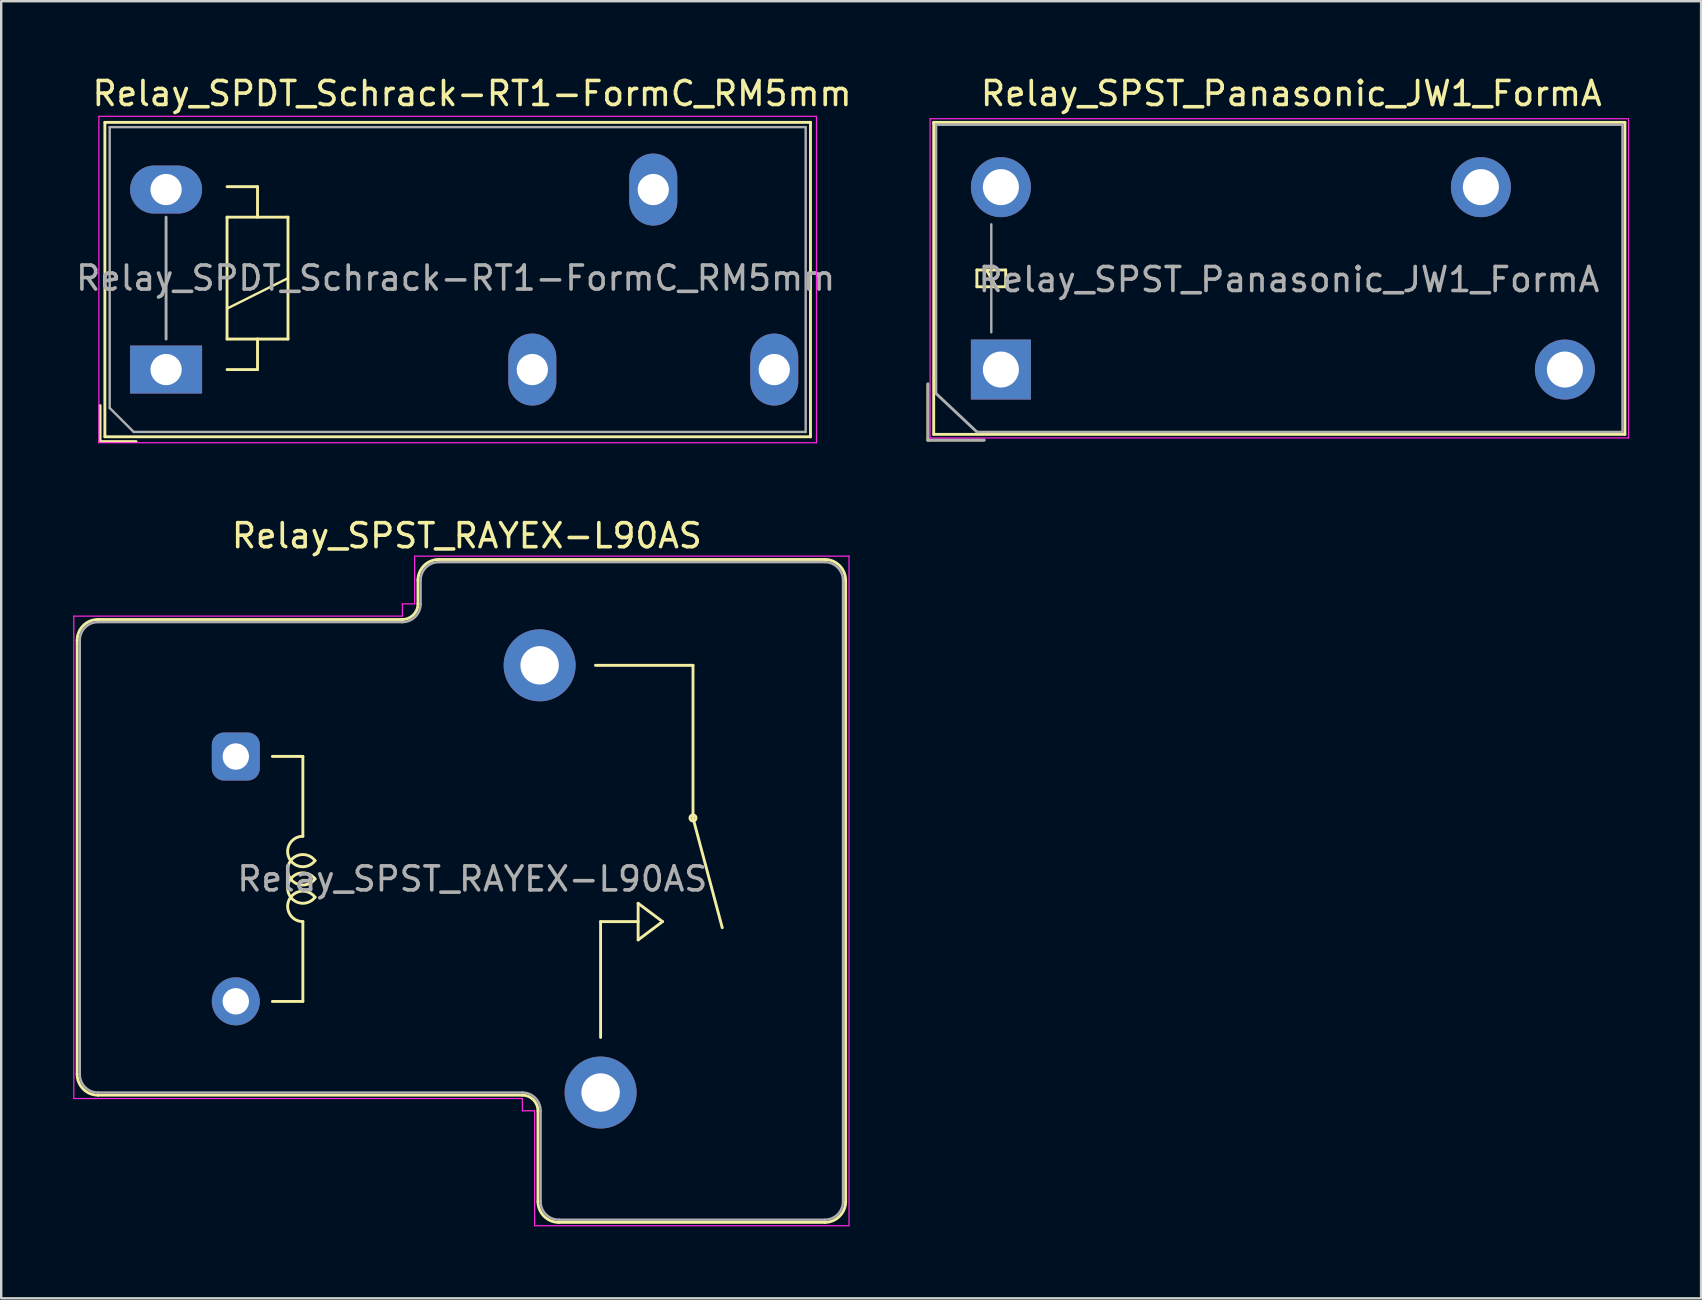
<source format=kicad_pcb>
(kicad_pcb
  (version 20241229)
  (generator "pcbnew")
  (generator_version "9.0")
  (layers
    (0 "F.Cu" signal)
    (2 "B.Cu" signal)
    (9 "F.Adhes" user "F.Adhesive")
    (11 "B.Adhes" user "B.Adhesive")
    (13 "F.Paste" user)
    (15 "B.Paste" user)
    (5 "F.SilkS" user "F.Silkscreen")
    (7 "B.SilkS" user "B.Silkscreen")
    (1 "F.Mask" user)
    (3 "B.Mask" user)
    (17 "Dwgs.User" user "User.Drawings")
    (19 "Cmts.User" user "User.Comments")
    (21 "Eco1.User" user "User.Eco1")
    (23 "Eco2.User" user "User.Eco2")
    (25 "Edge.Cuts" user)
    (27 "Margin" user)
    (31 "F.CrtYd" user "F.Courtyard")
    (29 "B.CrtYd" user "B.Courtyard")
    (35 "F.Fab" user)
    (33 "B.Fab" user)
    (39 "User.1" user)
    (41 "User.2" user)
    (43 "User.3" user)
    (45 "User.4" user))
  (footprint "Relay_SPDT_Schrack-RT1-FormC_RM5mm"
    (layer "F.Cu")
    (at 3.87 12.348)
    (property "Reference" "Relay_SPDT_Schrack-RT1-FormC_RM5mm" (at 12.75 -11.5 0) (layer "F.SilkS") (effects (font (size 1 1) (thickness 0.15))))
    (attr through_hole)
    (fp_line (start -2.75 1.5) (end -2.75 3) (stroke (width 0.12) (type solid)) (layer "F.SilkS"))
    (fp_line (start -2.75 3) (end -1.25 3) (stroke (width 0.12) (type solid)) (layer "F.SilkS"))
    (fp_line (start -2.55 -10.3) (end -2.55 2.8) (stroke (width 0.12) (type solid)) (layer "F.SilkS"))
    (fp_line (start -2.55 2.8) (end 26.85 2.8) (stroke (width 0.12) (type solid)) (layer "F.SilkS"))
    (fp_line (start 2.54 -6.35) (end 2.54 -1.27) (stroke (width 0.12) (type solid)) (layer "F.SilkS"))
    (fp_line (start 2.54 -2.54) (end 5.08 -3.81) (stroke (width 0.1) (type solid)) (layer "F.SilkS"))
    (fp_line (start 2.54 -1.27) (end 3.81 -1.27) (stroke (width 0.12) (type solid)) (layer "F.SilkS"))
    (fp_line (start 2.54 0) (end 3.81 0) (stroke (width 0.12) (type solid)) (layer "F.SilkS"))
    (fp_line (start 3.81 -7.62) (end 2.54 -7.62) (stroke (width 0.12) (type solid)) (layer "F.SilkS"))
    (fp_line (start 3.81 -6.35) (end 3.81 -7.62) (stroke (width 0.12) (type solid)) (layer "F.SilkS"))
    (fp_line (start 3.81 -1.27) (end 5.08 -1.27) (stroke (width 0.12) (type solid)) (layer "F.SilkS"))
    (fp_line (start 3.81 0) (end 3.81 -1.27) (stroke (width 0.12) (type solid)) (layer "F.SilkS"))
    (fp_line (start 5.08 -6.35) (end 2.54 -6.35) (stroke (width 0.12) (type solid)) (layer "F.SilkS"))
    (fp_line (start 5.08 -1.27) (end 5.08 -6.35) (stroke (width 0.12) (type solid)) (layer "F.SilkS"))
    (fp_line (start 26.85 -10.3) (end -2.55 -10.3) (stroke (width 0.12) (type solid)) (layer "F.SilkS"))
    (fp_line (start 26.85 2.8) (end 26.85 -10.3) (stroke (width 0.12) (type solid)) (layer "F.SilkS"))
    (fp_line (start -2.8 -10.55) (end -2.8 3.05) (stroke (width 0.05) (type solid)) (layer "F.CrtYd"))
    (fp_line (start -2.8 3.05) (end 27.1 3.05) (stroke (width 0.05) (type solid)) (layer "F.CrtYd"))
    (fp_line (start 27.1 -10.55) (end -2.8 -10.55) (stroke (width 0.05) (type solid)) (layer "F.CrtYd"))
    (fp_line (start 27.1 3.05) (end 27.1 -10.55) (stroke (width 0.05) (type solid)) (layer "F.CrtYd"))
    (fp_line (start -2.35 -10.1) (end -2.35 1.6) (stroke (width 0.1) (type solid)) (layer "F.Fab"))
    (fp_line (start -2.35 1.6) (end -1.35 2.6) (stroke (width 0.1) (type solid)) (layer "F.Fab"))
    (fp_line (start -1.35 2.6) (end 26.65 2.6) (stroke (width 0.1) (type solid)) (layer "F.Fab"))
    (fp_line (start 0 -1.27) (end 0 -6.35) (stroke (width 0.12) (type solid)) (layer "F.Fab"))
    (fp_line (start 26.65 -10.1) (end -2.35 -10.1) (stroke (width 0.1) (type solid)) (layer "F.Fab"))
    (fp_line (start 26.65 2.6) (end 26.65 -10.1) (stroke (width 0.1) (type solid)) (layer "F.Fab"))
    (fp_text user "${REFERENCE}" (at 12.065 -3.81 180) (layer "F.Fab") (effects (font (size 1 1) (thickness 0.15))))
    (pad "11" thru_hole oval (at 20.3 -7.5 180) (size 2 3) (drill 1.3) (layers "*.Cu" "*.Mask"))
    (pad "12" thru_hole oval (at 15.26 0 180) (size 2 3) (drill 1.3) (layers "*.Cu" "*.Mask"))
    (pad "14" thru_hole oval (at 25.34 0 180) (size 2 3) (drill 1.3) (layers "*.Cu" "*.Mask"))
    (pad "A1" thru_hole rect (at 0 0 180) (size 3 2) (drill 1.3) (layers "*.Cu" "*.Mask"))
    (pad "A2" thru_hole oval (at 0 -7.5 180) (size 3 2) (drill 1.3) (layers "*.Cu" "*.Mask")))
  (footprint "Relay_SPST_Panasonic_JW1_FormA"
    (layer "F.Cu")
    (at 38.654 12.348)
    (property "Reference" "Relay_SPST_Panasonic_JW1_FormA" (at 12.1 -11.5 180) (layer "F.SilkS") (effects (font (size 1 1) (thickness 0.15))))
    (attr through_hole)
    (fp_line (start -3.04 2.94) (end -3.04 0.6) (stroke (width 0.12) (type solid)) (layer "F.SilkS"))
    (fp_line (start -2.8 -10.3) (end -2.8 2.7) (stroke (width 0.12) (type solid)) (layer "F.SilkS"))
    (fp_line (start -2.8 2.7) (end 26 2.7) (stroke (width 0.12) (type solid)) (layer "F.SilkS"))
    (fp_line (start -1 -4.15) (end -1 -3.45) (stroke (width 0.12) (type solid)) (layer "F.SilkS"))
    (fp_line (start -1 -3.45) (end 0.2 -3.45) (stroke (width 0.12) (type solid)) (layer "F.SilkS"))
    (fp_line (start -0.7 2.94) (end -3.04 2.94) (stroke (width 0.12) (type solid)) (layer "F.SilkS"))
    (fp_line (start -0.2 -3.45) (end -0.6 -4.15) (stroke (width 0.12) (type solid)) (layer "F.SilkS"))
    (fp_line (start 0.2 -4.15) (end -1 -4.15) (stroke (width 0.12) (type solid)) (layer "F.SilkS"))
    (fp_line (start 0.2 -3.45) (end 0.2 -4.15) (stroke (width 0.12) (type solid)) (layer "F.SilkS"))
    (fp_line (start 26 -10.3) (end -2.8 -10.3) (stroke (width 0.12) (type solid)) (layer "F.SilkS"))
    (fp_line (start 26 2.7) (end 26 -10.3) (stroke (width 0.12) (type solid)) (layer "F.SilkS"))
    (fp_line (start -2.95 -10.45) (end -2.95 2.85) (stroke (width 0.05) (type solid)) (layer "F.CrtYd"))
    (fp_line (start -2.95 2.85) (end 26.15 2.85) (stroke (width 0.05) (type solid)) (layer "F.CrtYd"))
    (fp_line (start 26.15 -10.45) (end -2.95 -10.45) (stroke (width 0.05) (type solid)) (layer "F.CrtYd"))
    (fp_line (start 26.15 2.85) (end 26.15 -10.45) (stroke (width 0.05) (type solid)) (layer "F.CrtYd"))
    (fp_line (start -3.04 2.94) (end -3.04 0.6) (stroke (width 0.1) (type solid)) (layer "F.Fab"))
    (fp_line (start -2.7 -10.2) (end -2.7 1) (stroke (width 0.1) (type solid)) (layer "F.Fab"))
    (fp_line (start -1 2.6) (end -2.7 1) (stroke (width 0.12) (type solid)) (layer "F.Fab"))
    (fp_line (start -1 2.6) (end 25.9 2.6) (stroke (width 0.1) (type solid)) (layer "F.Fab"))
    (fp_line (start -0.7 2.94) (end -3.04 2.94) (stroke (width 0.1) (type solid)) (layer "F.Fab"))
    (fp_line (start -0.4 -1.55) (end -0.4 -6.05) (stroke (width 0.1) (type solid)) (layer "F.Fab"))
    (fp_line (start 25.9 -10.2) (end -2.7 -10.2) (stroke (width 0.1) (type solid)) (layer "F.Fab"))
    (fp_line (start 25.9 2.6) (end 25.9 -10.2) (stroke (width 0.1) (type solid)) (layer "F.Fab"))
    (fp_text user "${REFERENCE}" (at 12 -3.75 180) (layer "F.Fab") (effects (font (size 1 1) (thickness 0.15))))
    (pad "1" thru_hole rect (at 0 0 90) (size 2.5 2.5) (drill 1.5) (layers "*.Cu" "*.Mask"))
    (pad "4" thru_hole oval (at 23.5 0 90) (size 2.5 2.5) (drill 1.5) (layers "*.Cu" "*.Mask"))
    (pad "6" thru_hole oval (at 20 -7.6 90) (size 2.5 2.5) (drill 1.5) (layers "*.Cu" "*.Mask"))
    (pad "8" thru_hole oval (at 0 -7.6 90) (size 2.5 2.5) (drill 1.5) (layers "*.Cu" "*.Mask")))
  (footprint "Relay_SPST_RAYEX-L90AS"
    (layer "F.Cu")
    (at 4.235 33.572)
    (property "Reference" "Relay_SPST_RAYEX-L90AS" (at 12.167 -14.3 0) (layer "F.SilkS") (effects (font (size 1 1) (thickness 0.15))))
    (attr through_hole)
    (fp_line (start -4.07 -9.94) (end -4.07 8.14) (stroke (width 0.12) (type solid)) (layer "F.SilkS"))
    (fp_line (start -3.2 -10.81) (end 9.48 -10.81) (stroke (width 0.12) (type solid)) (layer "F.SilkS"))
    (fp_line (start -3.2 9.01) (end 14.48 9.01) (stroke (width 0.12) (type solid)) (layer "F.SilkS"))
    (fp_line (start 4.064 -5.105) (end 5.334 -5.105) (stroke (width 0.12) (type solid)) (layer "F.SilkS"))
    (fp_line (start 5.334 -1.778) (end 5.334 -5.105) (stroke (width 0.12) (type solid)) (layer "F.SilkS"))
    (fp_line (start 5.334 5.105) (end 4.064 5.105) (stroke (width 0.12) (type solid)) (layer "F.SilkS"))
    (fp_line (start 5.334 5.105) (end 5.334 1.778) (stroke (width 0.12) (type solid)) (layer "F.SilkS"))
    (fp_line (start 10.13 -12.44) (end 10.13 -11.46) (stroke (width 0.12) (type solid)) (layer "F.SilkS"))
    (fp_line (start 11 -13.31) (end 27.08 -13.31) (stroke (width 0.12) (type solid)) (layer "F.SilkS"))
    (fp_line (start 15.13 9.66) (end 15.13 13.44) (stroke (width 0.12) (type solid)) (layer "F.SilkS"))
    (fp_line (start 16 14.31) (end 27.08 14.31) (stroke (width 0.12) (type solid)) (layer "F.SilkS"))
    (fp_line (start 17.74 1.778) (end 19.304 1.778) (stroke (width 0.12) (type solid)) (layer "F.SilkS"))
    (fp_line (start 17.74 6.604) (end 17.74 1.778) (stroke (width 0.12) (type solid)) (layer "F.SilkS"))
    (fp_line (start 19.304 1.016) (end 19.304 2.54) (stroke (width 0.12) (type solid)) (layer "F.SilkS"))
    (fp_line (start 19.304 2.54) (end 20.32 1.778) (stroke (width 0.12) (type solid)) (layer "F.SilkS"))
    (fp_line (start 20.32 1.778) (end 19.304 1.016) (stroke (width 0.12) (type solid)) (layer "F.SilkS"))
    (fp_line (start 21.59 -8.9) (end 17.526 -8.9) (stroke (width 0.12) (type solid)) (layer "F.SilkS"))
    (fp_line (start 21.59 -2.54) (end 21.59 -8.9) (stroke (width 0.12) (type solid)) (layer "F.SilkS"))
    (fp_line (start 21.59 -2.54) (end 22.809 2.032) (stroke (width 0.12) (type solid)) (layer "F.SilkS"))
    (fp_line (start 27.95 -12.44) (end 27.95 13.44) (stroke (width 0.12) (type solid)) (layer "F.SilkS"))
    (fp_arc (start -4.07 -9.94) (mid -3.815183 -10.555183) (end -3.2 -10.81) (stroke (width 0.12) (type solid)) (layer "F.SilkS"))
    (fp_arc (start -3.2 9.01) (mid -3.815183 8.755183) (end -4.07 8.14) (stroke (width 0.12) (type solid)) (layer "F.SilkS"))
    (fp_arc (start 5.334002 1.777997) (mid 4.765966 0.859166) (end 5.841802 0.76173) (stroke (width 0.12) (type solid)) (layer "F.SilkS"))
    (fp_arc (start 5.8418 -0.761733) (mid 4.765964 -0.859168) (end 5.334 -1.778) (stroke (width 0.12) (type solid)) (layer "F.SilkS"))
    (fp_arc (start 5.842265 -0.000355) (mid 4.699002 -0.38078) (end 5.842 -0.762001) (stroke (width 0.12) (type solid)) (layer "F.SilkS"))
    (fp_arc (start 5.842266 0.761644) (mid 4.699003 0.381219) (end 5.842001 -0.000002) (stroke (width 0.12) (type solid)) (layer "F.SilkS"))
    (fp_arc (start 10.13 -12.44) (mid 10.384817 -13.055183) (end 11 -13.31) (stroke (width 0.12) (type solid)) (layer "F.SilkS"))
    (fp_arc (start 10.13 -11.46) (mid 9.939619 -11.000381) (end 9.48 -10.81) (stroke (width 0.12) (type solid)) (layer "F.SilkS"))
    (fp_arc (start 14.48 9.01) (mid 14.939619 9.200381) (end 15.13 9.66) (stroke (width 0.12) (type solid)) (layer "F.SilkS"))
    (fp_arc (start 16 14.31) (mid 15.384817 14.055183) (end 15.13 13.44) (stroke (width 0.12) (type solid)) (layer "F.SilkS"))
    (fp_arc (start 27.08 -13.31) (mid 27.695183 -13.055183) (end 27.95 -12.44) (stroke (width 0.12) (type solid)) (layer "F.SilkS"))
    (fp_arc (start 27.95 13.44) (mid 27.695183 14.055183) (end 27.08 14.31) (stroke (width 0.12) (type solid)) (layer "F.SilkS"))
    (fp_circle (center 21.59 -2.54) (end 21.59 -2.413) (stroke (width 0.12) (type solid)) (fill no) (layer "F.SilkS"))
    (fp_line (start -4.21 -10.95) (end -4.21 9.15) (stroke (width 0.05) (type solid)) (layer "F.CrtYd"))
    (fp_line (start -4.21 -10.95) (end 9.48 -10.95) (stroke (width 0.05) (type solid)) (layer "F.CrtYd"))
    (fp_line (start -4.21 9.15) (end 14.48 9.15) (stroke (width 0.05) (type solid)) (layer "F.CrtYd"))
    (fp_line (start 9.48 -11.46) (end 9.48 -10.95) (stroke (width 0.05) (type solid)) (layer "F.CrtYd"))
    (fp_line (start 9.48 -11.46) (end 9.99 -11.46) (stroke (width 0.05) (type solid)) (layer "F.CrtYd"))
    (fp_line (start 9.99 -13.45) (end 9.99 -11.46) (stroke (width 0.05) (type solid)) (layer "F.CrtYd"))
    (fp_line (start 9.99 -13.45) (end 28.09 -13.45) (stroke (width 0.05) (type solid)) (layer "F.CrtYd"))
    (fp_line (start 14.48 9.15) (end 14.48 9.66) (stroke (width 0.05) (type solid)) (layer "F.CrtYd"))
    (fp_line (start 14.48 9.66) (end 14.99 9.66) (stroke (width 0.05) (type solid)) (layer "F.CrtYd"))
    (fp_line (start 14.99 9.66) (end 14.99 14.45) (stroke (width 0.05) (type solid)) (layer "F.CrtYd"))
    (fp_line (start 14.99 14.45) (end 28.09 14.45) (stroke (width 0.05) (type solid)) (layer "F.CrtYd"))
    (fp_line (start 28.09 -13.45) (end 28.09 14.45) (stroke (width 0.05) (type solid)) (layer "F.CrtYd"))
    (fp_line (start -3.96 -9.94) (end -3.96 8.14) (stroke (width 0.1) (type solid)) (layer "F.Fab"))
    (fp_line (start -3.2 -10.7) (end 9.48 -10.7) (stroke (width 0.1) (type solid)) (layer "F.Fab"))
    (fp_line (start -3.2 8.9) (end 14.48 8.9) (stroke (width 0.1) (type solid)) (layer "F.Fab"))
    (fp_line (start 10.24 -12.44) (end 10.24 -11.46) (stroke (width 0.1) (type solid)) (layer "F.Fab"))
    (fp_line (start 11 -13.2) (end 27.08 -13.2) (stroke (width 0.1) (type solid)) (layer "F.Fab"))
    (fp_line (start 15.24 9.66) (end 15.24 13.44) (stroke (width 0.1) (type solid)) (layer "F.Fab"))
    (fp_line (start 16 14.2) (end 27.08 14.2) (stroke (width 0.1) (type solid)) (layer "F.Fab"))
    (fp_line (start 27.84 -12.44) (end 27.84 13.44) (stroke (width 0.1) (type solid)) (layer "F.Fab"))
    (fp_arc (start -3.96 -9.94) (mid -3.737401 -10.477401) (end -3.2 -10.7) (stroke (width 0.1) (type solid)) (layer "F.Fab"))
    (fp_arc (start -3.2 8.9) (mid -3.737401 8.677401) (end -3.96 8.14) (stroke (width 0.1) (type solid)) (layer "F.Fab"))
    (fp_arc (start 10.24 -12.44) (mid 10.462599 -12.977401) (end 11 -13.2) (stroke (width 0.1) (type solid)) (layer "F.Fab"))
    (fp_arc (start 10.24 -11.46) (mid 10.017401 -10.922599) (end 9.48 -10.7) (stroke (width 0.1) (type solid)) (layer "F.Fab"))
    (fp_arc (start 14.48 8.9) (mid 15.017401 9.122599) (end 15.24 9.66) (stroke (width 0.1) (type solid)) (layer "F.Fab"))
    (fp_arc (start 16 14.2) (mid 15.462599 13.977401) (end 15.24 13.44) (stroke (width 0.1) (type solid)) (layer "F.Fab"))
    (fp_arc (start 27.08 -13.2) (mid 27.617401 -12.977401) (end 27.84 -12.44) (stroke (width 0.1) (type solid)) (layer "F.Fab"))
    (fp_arc (start 27.84 13.44) (mid 27.617401 13.977401) (end 27.08 14.2) (stroke (width 0.1) (type solid)) (layer "F.Fab"))
    (fp_text user "${REFERENCE}" (at 12.395 0 0) (layer "F.Fab") (effects (font (size 1 1) (thickness 0.15))))
    (pad "13" thru_hole circle (at 15.2 -8.9 180) (size 3 3) (drill 1.6) (layers "*.Cu" "*.Mask"))
    (pad "14" thru_hole circle (at 17.74 8.9 180) (size 3 3) (drill 1.6) (layers "*.Cu" "*.Mask"))
    (pad "A1" thru_hole roundrect (at 2.54 -5.1 180) (size 2 2) (drill 1.1) (layers "*.Cu" "*.Mask") (roundrect_rratio 0.25))
    (pad "A2" thru_hole circle (at 2.54 5.1 180) (size 2 2) (drill 1.1) (layers "*.Cu" "*.Mask")))
  (gr_rect
    (start -3 -3)
    (end 67.829 51.047)
    (stroke (width 0.1) (type default))
    (fill no)
    (layer "Edge.Cuts")))
</source>
